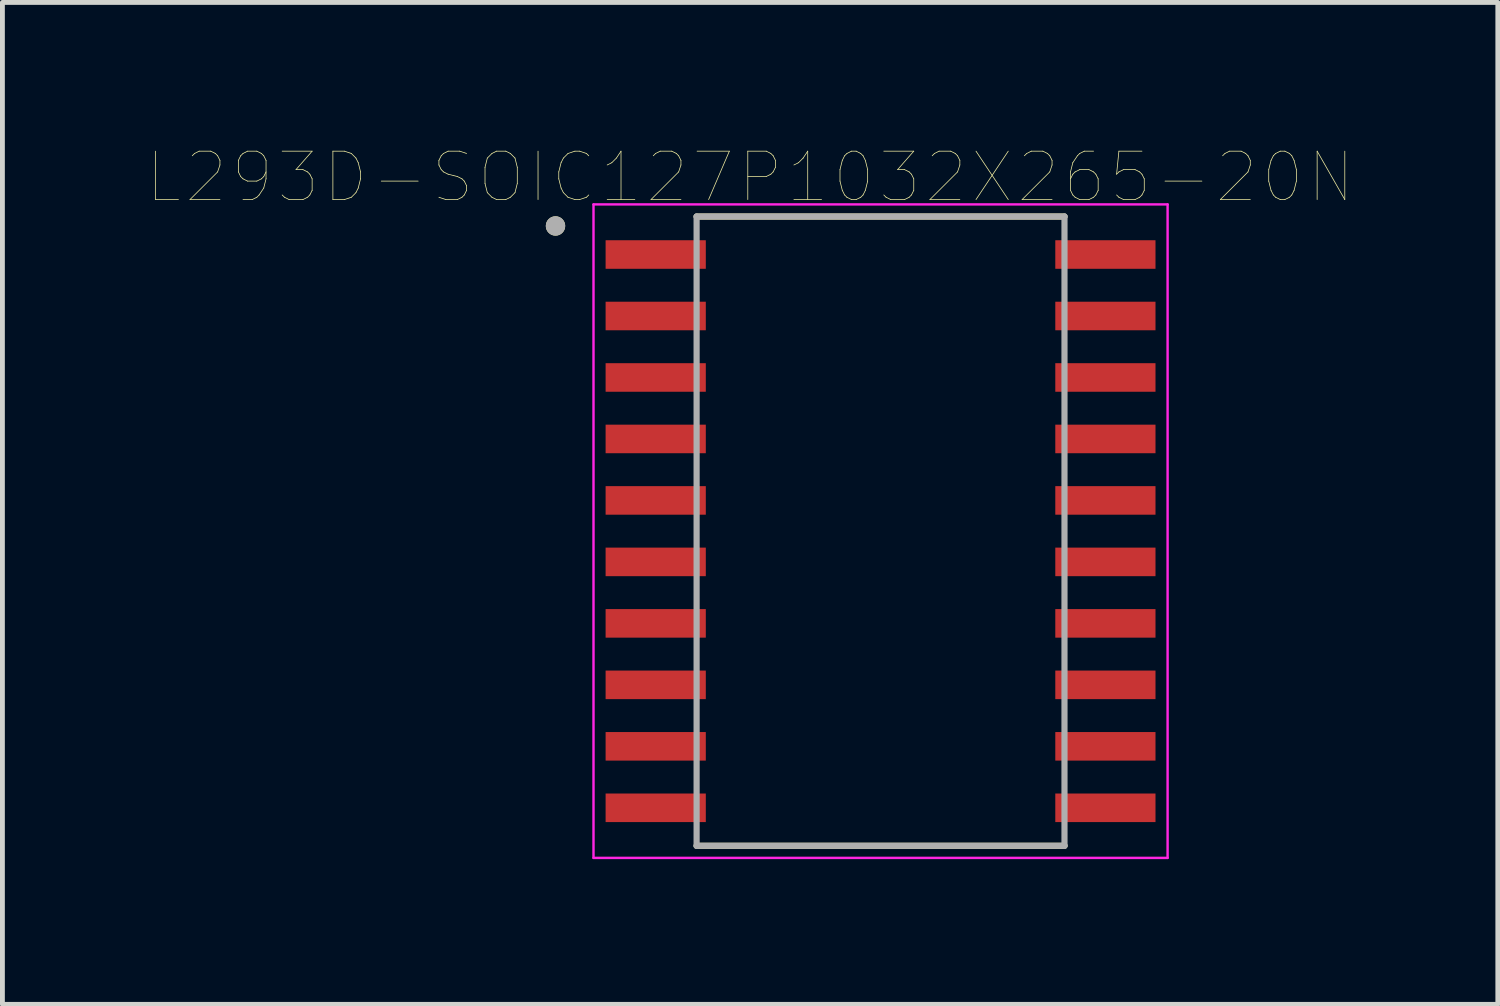
<source format=kicad_pcb>
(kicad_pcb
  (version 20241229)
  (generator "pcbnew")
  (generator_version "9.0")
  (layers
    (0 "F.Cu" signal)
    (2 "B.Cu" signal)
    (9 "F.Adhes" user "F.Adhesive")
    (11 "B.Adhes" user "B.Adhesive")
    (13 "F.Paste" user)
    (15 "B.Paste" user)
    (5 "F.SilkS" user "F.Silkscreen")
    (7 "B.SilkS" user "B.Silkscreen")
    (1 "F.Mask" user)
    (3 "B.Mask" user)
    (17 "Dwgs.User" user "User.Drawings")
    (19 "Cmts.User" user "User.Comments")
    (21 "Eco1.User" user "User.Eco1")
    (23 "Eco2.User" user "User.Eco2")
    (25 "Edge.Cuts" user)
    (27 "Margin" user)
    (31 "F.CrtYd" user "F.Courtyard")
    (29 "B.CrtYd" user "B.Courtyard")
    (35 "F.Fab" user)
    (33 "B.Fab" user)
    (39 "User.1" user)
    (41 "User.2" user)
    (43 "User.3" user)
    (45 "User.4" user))
  (footprint "L293D-SOIC127P1032X265-20N"
    (layer "F.Cu")
    (at 15.141 7.923)
    (property "Reference" "L293D-SOIC127P1032X265-20N" (at -2.695 -7.312 0) (layer "F.SilkS") (effects (font (size 1 1) (thickness 0.015))))
    (attr through_hole)
    (fp_line (start -3.8 -6.5) (end 3.8 -6.5) (stroke (width 0.127) (type solid)) (layer "F.SilkS"))
    (fp_line (start -3.8 6.5) (end 3.8 6.5) (stroke (width 0.127) (type solid)) (layer "F.SilkS"))
    (fp_circle (center -6.715 -6.305) (end -6.615 -6.305) (stroke (width 0.2) (type solid)) (fill no) (layer "F.SilkS"))
    (fp_line (start -5.93 -6.75) (end -5.93 6.75) (stroke (width 0.05) (type solid)) (layer "F.CrtYd"))
    (fp_line (start -5.93 -6.75) (end 5.93 -6.75) (stroke (width 0.05) (type solid)) (layer "F.CrtYd"))
    (fp_line (start -5.93 6.75) (end 5.93 6.75) (stroke (width 0.05) (type solid)) (layer "F.CrtYd"))
    (fp_line (start 5.93 -6.75) (end 5.93 6.75) (stroke (width 0.05) (type solid)) (layer "F.CrtYd"))
    (fp_line (start -3.8 -6.5) (end -3.8 6.5) (stroke (width 0.127) (type solid)) (layer "F.Fab"))
    (fp_line (start -3.8 -6.5) (end 3.8 -6.5) (stroke (width 0.127) (type solid)) (layer "F.Fab"))
    (fp_line (start -3.8 6.5) (end 3.8 6.5) (stroke (width 0.127) (type solid)) (layer "F.Fab"))
    (fp_line (start 3.8 -6.5) (end 3.8 6.5) (stroke (width 0.127) (type solid)) (layer "F.Fab"))
    (fp_circle (center -6.715 -6.305) (end -6.615 -6.305) (stroke (width 0.2) (type solid)) (fill no) (layer "F.Fab"))
    (pad "1" smd rect (at -4.645 -5.715) (size 2.07 0.59) (layers "F.Cu" "F.Mask" "F.Paste"))
    (pad "2" smd rect (at -4.645 -4.445) (size 2.07 0.59) (layers "F.Cu" "F.Mask" "F.Paste"))
    (pad "3" smd rect (at -4.645 -3.175) (size 2.07 0.59) (layers "F.Cu" "F.Mask" "F.Paste"))
    (pad "4" smd rect (at -4.645 -1.905) (size 2.07 0.59) (layers "F.Cu" "F.Mask" "F.Paste"))
    (pad "5" smd rect (at -4.645 -0.635) (size 2.07 0.59) (layers "F.Cu" "F.Mask" "F.Paste"))
    (pad "6" smd rect (at -4.645 0.635) (size 2.07 0.59) (layers "F.Cu" "F.Mask" "F.Paste"))
    (pad "7" smd rect (at -4.645 1.905) (size 2.07 0.59) (layers "F.Cu" "F.Mask" "F.Paste"))
    (pad "8" smd rect (at -4.645 3.175) (size 2.07 0.59) (layers "F.Cu" "F.Mask" "F.Paste"))
    (pad "9" smd rect (at -4.645 4.445) (size 2.07 0.59) (layers "F.Cu" "F.Mask" "F.Paste"))
    (pad "10" smd rect (at -4.645 5.715) (size 2.07 0.59) (layers "F.Cu" "F.Mask" "F.Paste"))
    (pad "11" smd rect (at 4.645 5.715) (size 2.07 0.59) (layers "F.Cu" "F.Mask" "F.Paste"))
    (pad "12" smd rect (at 4.645 4.445) (size 2.07 0.59) (layers "F.Cu" "F.Mask" "F.Paste"))
    (pad "13" smd rect (at 4.645 3.175) (size 2.07 0.59) (layers "F.Cu" "F.Mask" "F.Paste"))
    (pad "14" smd rect (at 4.645 1.905) (size 2.07 0.59) (layers "F.Cu" "F.Mask" "F.Paste"))
    (pad "15" smd rect (at 4.645 0.635) (size 2.07 0.59) (layers "F.Cu" "F.Mask" "F.Paste"))
    (pad "16" smd rect (at 4.645 -0.635) (size 2.07 0.59) (layers "F.Cu" "F.Mask" "F.Paste"))
    (pad "17" smd rect (at 4.645 -1.905) (size 2.07 0.59) (layers "F.Cu" "F.Mask" "F.Paste"))
    (pad "18" smd rect (at 4.645 -3.175) (size 2.07 0.59) (layers "F.Cu" "F.Mask" "F.Paste"))
    (pad "19" smd rect (at 4.645 -4.445) (size 2.07 0.59) (layers "F.Cu" "F.Mask" "F.Paste"))
    (pad "20" smd rect (at 4.645 -5.715) (size 2.07 0.59) (layers "F.Cu" "F.Mask" "F.Paste")))
  (gr_rect
    (start -3 -3)
    (end 27.893 17.698)
    (stroke (width 0.1) (type default))
    (fill no)
    (layer "Edge.Cuts")))
</source>
